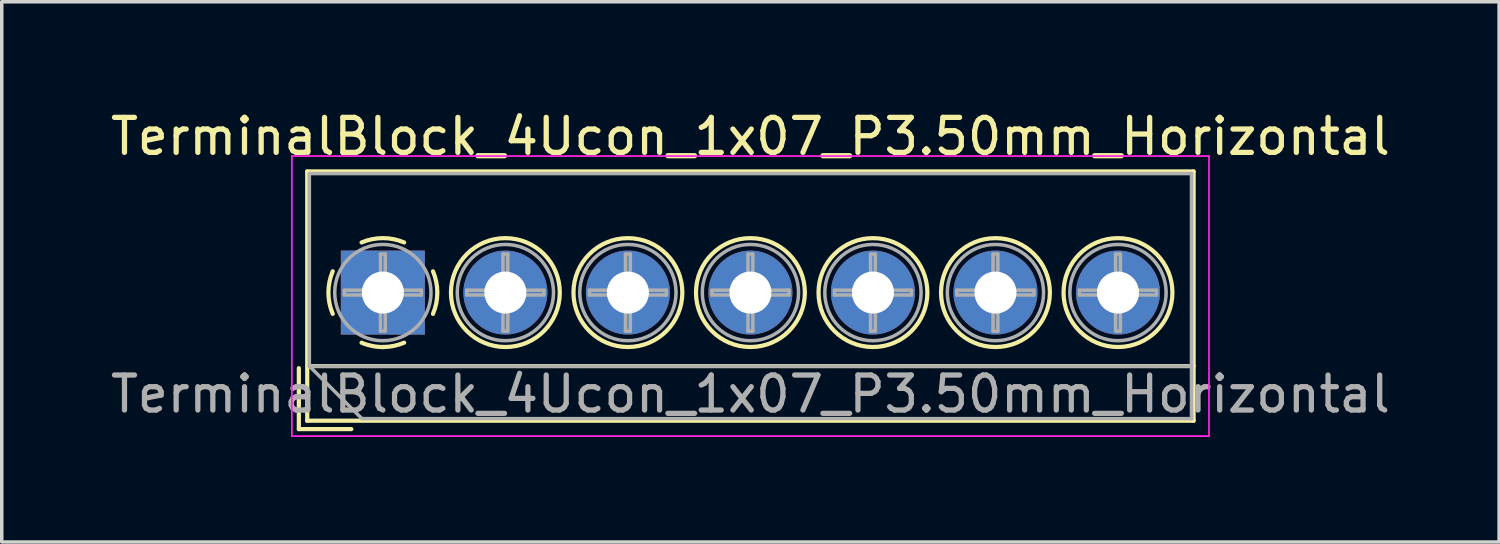
<source format=kicad_pcb>
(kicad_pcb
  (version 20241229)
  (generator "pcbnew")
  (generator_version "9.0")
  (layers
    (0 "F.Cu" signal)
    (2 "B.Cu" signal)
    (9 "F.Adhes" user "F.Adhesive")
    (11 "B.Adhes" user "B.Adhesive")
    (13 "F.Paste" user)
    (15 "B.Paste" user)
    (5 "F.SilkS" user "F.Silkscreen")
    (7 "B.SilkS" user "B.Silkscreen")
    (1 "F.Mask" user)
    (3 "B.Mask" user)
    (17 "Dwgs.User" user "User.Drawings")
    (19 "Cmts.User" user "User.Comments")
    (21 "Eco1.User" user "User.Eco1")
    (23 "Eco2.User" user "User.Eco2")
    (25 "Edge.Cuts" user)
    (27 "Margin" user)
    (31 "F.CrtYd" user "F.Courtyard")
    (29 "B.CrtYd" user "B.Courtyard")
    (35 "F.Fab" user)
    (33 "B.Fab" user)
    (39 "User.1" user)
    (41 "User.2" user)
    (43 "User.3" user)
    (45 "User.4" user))
  (footprint "TerminalBlock_4Ucon_1x07_P3.50mm_Horizontal"
    (layer "F.Cu")
    (at 7.887 5.308)
    (property "Reference" "TerminalBlock_4Ucon_1x07_P3.50mm_Horizontal" (at 10.5 -4.46 0) (layer "F.SilkS") (effects (font (size 1 1) (thickness 0.15))))
    (attr through_hole)
    (fp_line (start -2.4 2.16) (end -2.4 3.9) (stroke (width 0.12) (type solid)) (layer "F.SilkS"))
    (fp_line (start -2.4 3.9) (end -0.9 3.9) (stroke (width 0.12) (type solid)) (layer "F.SilkS"))
    (fp_line (start -2.16 -3.46) (end -2.16 3.66) (stroke (width 0.12) (type solid)) (layer "F.SilkS"))
    (fp_line (start -2.16 -3.46) (end 23.16 -3.46) (stroke (width 0.12) (type solid)) (layer "F.SilkS"))
    (fp_line (start -2.16 2.1) (end 23.16 2.1) (stroke (width 0.12) (type solid)) (layer "F.SilkS"))
    (fp_line (start -2.16 3.66) (end 23.16 3.66) (stroke (width 0.12) (type solid)) (layer "F.SilkS"))
    (fp_line (start 23.16 -3.46) (end 23.16 3.66) (stroke (width 0.12) (type solid)) (layer "F.SilkS"))
    (fp_arc (start -1.432109 0.607742) (mid -1.555727 -0.00014) (end -1.432 -0.608) (stroke (width 0.12) (type solid)) (layer "F.SilkS"))
    (fp_arc (start -0.607742 -1.432109) (mid 0.00014 -1.555727) (end 0.608 -1.432) (stroke (width 0.12) (type solid)) (layer "F.SilkS"))
    (fp_arc (start 0.027011 1.555493) (mid -0.296984 1.527118) (end -0.608 1.432) (stroke (width 0.12) (type solid)) (layer "F.SilkS"))
    (fp_arc (start 0.607587 1.431385) (mid 0.310017 1.523783) (end 0 1.555) (stroke (width 0.12) (type solid)) (layer "F.SilkS"))
    (fp_arc (start 1.432109 -0.607742) (mid 1.555727 0.00014) (end 1.432 0.608) (stroke (width 0.12) (type solid)) (layer "F.SilkS"))
    (fp_circle (center 3.5 0) (end 5.055 0) (stroke (width 0.12) (type solid)) (fill no) (layer "F.SilkS"))
    (fp_circle (center 7 0) (end 8.555 0) (stroke (width 0.12) (type solid)) (fill no) (layer "F.SilkS"))
    (fp_circle (center 10.5 0) (end 12.055 0) (stroke (width 0.12) (type solid)) (fill no) (layer "F.SilkS"))
    (fp_circle (center 14 0) (end 15.555 0) (stroke (width 0.12) (type solid)) (fill no) (layer "F.SilkS"))
    (fp_circle (center 17.5 0) (end 19.055 0) (stroke (width 0.12) (type solid)) (fill no) (layer "F.SilkS"))
    (fp_circle (center 21 0) (end 22.555 0) (stroke (width 0.12) (type solid)) (fill no) (layer "F.SilkS"))
    (fp_line (start -2.6 -3.9) (end -2.6 4.1) (stroke (width 0.05) (type solid)) (layer "F.CrtYd"))
    (fp_line (start -2.6 4.1) (end 23.6 4.1) (stroke (width 0.05) (type solid)) (layer "F.CrtYd"))
    (fp_line (start 23.6 -3.9) (end -2.6 -3.9) (stroke (width 0.05) (type solid)) (layer "F.CrtYd"))
    (fp_line (start 23.6 4.1) (end 23.6 -3.9) (stroke (width 0.05) (type solid)) (layer "F.CrtYd"))
    (fp_line (start -2.1 -3.4) (end 23.1 -3.4) (stroke (width 0.1) (type solid)) (layer "F.Fab"))
    (fp_line (start -2.1 2.1) (end -2.1 -3.4) (stroke (width 0.1) (type solid)) (layer "F.Fab"))
    (fp_line (start -2.1 2.1) (end 23.1 2.1) (stroke (width 0.1) (type solid)) (layer "F.Fab"))
    (fp_line (start -1.1 -0.069) (end -0.069 -0.069) (stroke (width 0.1) (type solid)) (layer "F.Fab"))
    (fp_line (start -1.1 0.069) (end -1.1 -0.069) (stroke (width 0.1) (type solid)) (layer "F.Fab"))
    (fp_line (start -0.6 3.6) (end -2.1 2.1) (stroke (width 0.1) (type solid)) (layer "F.Fab"))
    (fp_line (start -0.069 -1.1) (end 0.069 -1.1) (stroke (width 0.1) (type solid)) (layer "F.Fab"))
    (fp_line (start -0.069 -0.069) (end -0.069 -1.1) (stroke (width 0.1) (type solid)) (layer "F.Fab"))
    (fp_line (start -0.069 0.069) (end -1.1 0.069) (stroke (width 0.1) (type solid)) (layer "F.Fab"))
    (fp_line (start -0.069 1.1) (end -0.069 0.069) (stroke (width 0.1) (type solid)) (layer "F.Fab"))
    (fp_line (start 0.069 -1.1) (end 0.069 -0.069) (stroke (width 0.1) (type solid)) (layer "F.Fab"))
    (fp_line (start 0.069 -0.069) (end 1.1 -0.069) (stroke (width 0.1) (type solid)) (layer "F.Fab"))
    (fp_line (start 0.069 0.069) (end 0.069 1.1) (stroke (width 0.1) (type solid)) (layer "F.Fab"))
    (fp_line (start 0.069 1.1) (end -0.069 1.1) (stroke (width 0.1) (type solid)) (layer "F.Fab"))
    (fp_line (start 1.1 -0.069) (end 1.1 0.069) (stroke (width 0.1) (type solid)) (layer "F.Fab"))
    (fp_line (start 1.1 0.069) (end 0.069 0.069) (stroke (width 0.1) (type solid)) (layer "F.Fab"))
    (fp_line (start 2.4 -0.069) (end 3.431 -0.069) (stroke (width 0.1) (type solid)) (layer "F.Fab"))
    (fp_line (start 2.4 0.069) (end 2.4 -0.069) (stroke (width 0.1) (type solid)) (layer "F.Fab"))
    (fp_line (start 3.431 -1.1) (end 3.569 -1.1) (stroke (width 0.1) (type solid)) (layer "F.Fab"))
    (fp_line (start 3.431 -0.069) (end 3.431 -1.1) (stroke (width 0.1) (type solid)) (layer "F.Fab"))
    (fp_line (start 3.431 0.069) (end 2.4 0.069) (stroke (width 0.1) (type solid)) (layer "F.Fab"))
    (fp_line (start 3.431 1.1) (end 3.431 0.069) (stroke (width 0.1) (type solid)) (layer "F.Fab"))
    (fp_line (start 3.569 -1.1) (end 3.569 -0.069) (stroke (width 0.1) (type solid)) (layer "F.Fab"))
    (fp_line (start 3.569 -0.069) (end 4.6 -0.069) (stroke (width 0.1) (type solid)) (layer "F.Fab"))
    (fp_line (start 3.569 0.069) (end 3.569 1.1) (stroke (width 0.1) (type solid)) (layer "F.Fab"))
    (fp_line (start 3.569 1.1) (end 3.431 1.1) (stroke (width 0.1) (type solid)) (layer "F.Fab"))
    (fp_line (start 4.6 -0.069) (end 4.6 0.069) (stroke (width 0.1) (type solid)) (layer "F.Fab"))
    (fp_line (start 4.6 0.069) (end 3.569 0.069) (stroke (width 0.1) (type solid)) (layer "F.Fab"))
    (fp_line (start 5.9 -0.069) (end 6.931 -0.069) (stroke (width 0.1) (type solid)) (layer "F.Fab"))
    (fp_line (start 5.9 0.069) (end 5.9 -0.069) (stroke (width 0.1) (type solid)) (layer "F.Fab"))
    (fp_line (start 6.931 -1.1) (end 7.069 -1.1) (stroke (width 0.1) (type solid)) (layer "F.Fab"))
    (fp_line (start 6.931 -0.069) (end 6.931 -1.1) (stroke (width 0.1) (type solid)) (layer "F.Fab"))
    (fp_line (start 6.931 0.069) (end 5.9 0.069) (stroke (width 0.1) (type solid)) (layer "F.Fab"))
    (fp_line (start 6.931 1.1) (end 6.931 0.069) (stroke (width 0.1) (type solid)) (layer "F.Fab"))
    (fp_line (start 7.069 -1.1) (end 7.069 -0.069) (stroke (width 0.1) (type solid)) (layer "F.Fab"))
    (fp_line (start 7.069 -0.069) (end 8.1 -0.069) (stroke (width 0.1) (type solid)) (layer "F.Fab"))
    (fp_line (start 7.069 0.069) (end 7.069 1.1) (stroke (width 0.1) (type solid)) (layer "F.Fab"))
    (fp_line (start 7.069 1.1) (end 6.931 1.1) (stroke (width 0.1) (type solid)) (layer "F.Fab"))
    (fp_line (start 8.1 -0.069) (end 8.1 0.069) (stroke (width 0.1) (type solid)) (layer "F.Fab"))
    (fp_line (start 8.1 0.069) (end 7.069 0.069) (stroke (width 0.1) (type solid)) (layer "F.Fab"))
    (fp_line (start 9.4 -0.069) (end 10.431 -0.069) (stroke (width 0.1) (type solid)) (layer "F.Fab"))
    (fp_line (start 9.4 0.069) (end 9.4 -0.069) (stroke (width 0.1) (type solid)) (layer "F.Fab"))
    (fp_line (start 10.431 -1.1) (end 10.569 -1.1) (stroke (width 0.1) (type solid)) (layer "F.Fab"))
    (fp_line (start 10.431 -0.069) (end 10.431 -1.1) (stroke (width 0.1) (type solid)) (layer "F.Fab"))
    (fp_line (start 10.431 0.069) (end 9.4 0.069) (stroke (width 0.1) (type solid)) (layer "F.Fab"))
    (fp_line (start 10.431 1.1) (end 10.431 0.069) (stroke (width 0.1) (type solid)) (layer "F.Fab"))
    (fp_line (start 10.569 -1.1) (end 10.569 -0.069) (stroke (width 0.1) (type solid)) (layer "F.Fab"))
    (fp_line (start 10.569 -0.069) (end 11.6 -0.069) (stroke (width 0.1) (type solid)) (layer "F.Fab"))
    (fp_line (start 10.569 0.069) (end 10.569 1.1) (stroke (width 0.1) (type solid)) (layer "F.Fab"))
    (fp_line (start 10.569 1.1) (end 10.431 1.1) (stroke (width 0.1) (type solid)) (layer "F.Fab"))
    (fp_line (start 11.6 -0.069) (end 11.6 0.069) (stroke (width 0.1) (type solid)) (layer "F.Fab"))
    (fp_line (start 11.6 0.069) (end 10.569 0.069) (stroke (width 0.1) (type solid)) (layer "F.Fab"))
    (fp_line (start 12.9 -0.069) (end 13.931 -0.069) (stroke (width 0.1) (type solid)) (layer "F.Fab"))
    (fp_line (start 12.9 0.069) (end 12.9 -0.069) (stroke (width 0.1) (type solid)) (layer "F.Fab"))
    (fp_line (start 13.931 -1.1) (end 14.069 -1.1) (stroke (width 0.1) (type solid)) (layer "F.Fab"))
    (fp_line (start 13.931 -0.069) (end 13.931 -1.1) (stroke (width 0.1) (type solid)) (layer "F.Fab"))
    (fp_line (start 13.931 0.069) (end 12.9 0.069) (stroke (width 0.1) (type solid)) (layer "F.Fab"))
    (fp_line (start 13.931 1.1) (end 13.931 0.069) (stroke (width 0.1) (type solid)) (layer "F.Fab"))
    (fp_line (start 14.069 -1.1) (end 14.069 -0.069) (stroke (width 0.1) (type solid)) (layer "F.Fab"))
    (fp_line (start 14.069 -0.069) (end 15.1 -0.069) (stroke (width 0.1) (type solid)) (layer "F.Fab"))
    (fp_line (start 14.069 0.069) (end 14.069 1.1) (stroke (width 0.1) (type solid)) (layer "F.Fab"))
    (fp_line (start 14.069 1.1) (end 13.931 1.1) (stroke (width 0.1) (type solid)) (layer "F.Fab"))
    (fp_line (start 15.1 -0.069) (end 15.1 0.069) (stroke (width 0.1) (type solid)) (layer "F.Fab"))
    (fp_line (start 15.1 0.069) (end 14.069 0.069) (stroke (width 0.1) (type solid)) (layer "F.Fab"))
    (fp_line (start 16.4 -0.069) (end 17.431 -0.069) (stroke (width 0.1) (type solid)) (layer "F.Fab"))
    (fp_line (start 16.4 0.069) (end 16.4 -0.069) (stroke (width 0.1) (type solid)) (layer "F.Fab"))
    (fp_line (start 17.431 -1.1) (end 17.569 -1.1) (stroke (width 0.1) (type solid)) (layer "F.Fab"))
    (fp_line (start 17.431 -0.069) (end 17.431 -1.1) (stroke (width 0.1) (type solid)) (layer "F.Fab"))
    (fp_line (start 17.431 0.069) (end 16.4 0.069) (stroke (width 0.1) (type solid)) (layer "F.Fab"))
    (fp_line (start 17.431 1.1) (end 17.431 0.069) (stroke (width 0.1) (type solid)) (layer "F.Fab"))
    (fp_line (start 17.569 -1.1) (end 17.569 -0.069) (stroke (width 0.1) (type solid)) (layer "F.Fab"))
    (fp_line (start 17.569 -0.069) (end 18.6 -0.069) (stroke (width 0.1) (type solid)) (layer "F.Fab"))
    (fp_line (start 17.569 0.069) (end 17.569 1.1) (stroke (width 0.1) (type solid)) (layer "F.Fab"))
    (fp_line (start 17.569 1.1) (end 17.431 1.1) (stroke (width 0.1) (type solid)) (layer "F.Fab"))
    (fp_line (start 18.6 -0.069) (end 18.6 0.069) (stroke (width 0.1) (type solid)) (layer "F.Fab"))
    (fp_line (start 18.6 0.069) (end 17.569 0.069) (stroke (width 0.1) (type solid)) (layer "F.Fab"))
    (fp_line (start 19.9 -0.069) (end 20.931 -0.069) (stroke (width 0.1) (type solid)) (layer "F.Fab"))
    (fp_line (start 19.9 0.069) (end 19.9 -0.069) (stroke (width 0.1) (type solid)) (layer "F.Fab"))
    (fp_line (start 20.931 -1.1) (end 21.069 -1.1) (stroke (width 0.1) (type solid)) (layer "F.Fab"))
    (fp_line (start 20.931 -0.069) (end 20.931 -1.1) (stroke (width 0.1) (type solid)) (layer "F.Fab"))
    (fp_line (start 20.931 0.069) (end 19.9 0.069) (stroke (width 0.1) (type solid)) (layer "F.Fab"))
    (fp_line (start 20.931 1.1) (end 20.931 0.069) (stroke (width 0.1) (type solid)) (layer "F.Fab"))
    (fp_line (start 21.069 -1.1) (end 21.069 -0.069) (stroke (width 0.1) (type solid)) (layer "F.Fab"))
    (fp_line (start 21.069 -0.069) (end 22.1 -0.069) (stroke (width 0.1) (type solid)) (layer "F.Fab"))
    (fp_line (start 21.069 0.069) (end 21.069 1.1) (stroke (width 0.1) (type solid)) (layer "F.Fab"))
    (fp_line (start 21.069 1.1) (end 20.931 1.1) (stroke (width 0.1) (type solid)) (layer "F.Fab"))
    (fp_line (start 22.1 -0.069) (end 22.1 0.069) (stroke (width 0.1) (type solid)) (layer "F.Fab"))
    (fp_line (start 22.1 0.069) (end 21.069 0.069) (stroke (width 0.1) (type solid)) (layer "F.Fab"))
    (fp_line (start 23.1 -3.4) (end 23.1 3.6) (stroke (width 0.1) (type solid)) (layer "F.Fab"))
    (fp_line (start 23.1 3.6) (end -0.6 3.6) (stroke (width 0.1) (type solid)) (layer "F.Fab"))
    (fp_circle (center 0 0) (end 1.375 0) (stroke (width 0.1) (type solid)) (fill no) (layer "F.Fab"))
    (fp_circle (center 3.5 0) (end 4.875 0) (stroke (width 0.1) (type solid)) (fill no) (layer "F.Fab"))
    (fp_circle (center 7 0) (end 8.375 0) (stroke (width 0.1) (type solid)) (fill no) (layer "F.Fab"))
    (fp_circle (center 10.5 0) (end 11.875 0) (stroke (width 0.1) (type solid)) (fill no) (layer "F.Fab"))
    (fp_circle (center 14 0) (end 15.375 0) (stroke (width 0.1) (type solid)) (fill no) (layer "F.Fab"))
    (fp_circle (center 17.5 0) (end 18.875 0) (stroke (width 0.1) (type solid)) (fill no) (layer "F.Fab"))
    (fp_circle (center 21 0) (end 22.375 0) (stroke (width 0.1) (type solid)) (fill no) (layer "F.Fab"))
    (fp_text user "${REFERENCE}" (at 10.5 2.9 0) (layer "F.Fab") (effects (font (size 1 1) (thickness 0.15))))
    (pad "1" thru_hole rect (at 0 0) (size 2.4 2.4) (drill 1.2) (layers "*.Cu" "*.Mask"))
    (pad "2" thru_hole circle (at 3.5 0) (size 2.4 2.4) (drill 1.2) (layers "*.Cu" "*.Mask"))
    (pad "3" thru_hole circle (at 7 0) (size 2.4 2.4) (drill 1.2) (layers "*.Cu" "*.Mask"))
    (pad "4" thru_hole circle (at 10.5 0) (size 2.4 2.4) (drill 1.2) (layers "*.Cu" "*.Mask"))
    (pad "5" thru_hole circle (at 14 0) (size 2.4 2.4) (drill 1.2) (layers "*.Cu" "*.Mask"))
    (pad "6" thru_hole circle (at 17.5 0) (size 2.4 2.4) (drill 1.2) (layers "*.Cu" "*.Mask"))
    (pad "7" thru_hole circle (at 21 0) (size 2.4 2.4) (drill 1.2) (layers "*.Cu" "*.Mask")))
  (gr_rect
    (start -3 -3)
    (end 39.774 12.433)
    (stroke (width 0.1) (type default))
    (fill no)
    (layer "Edge.Cuts")))
</source>
